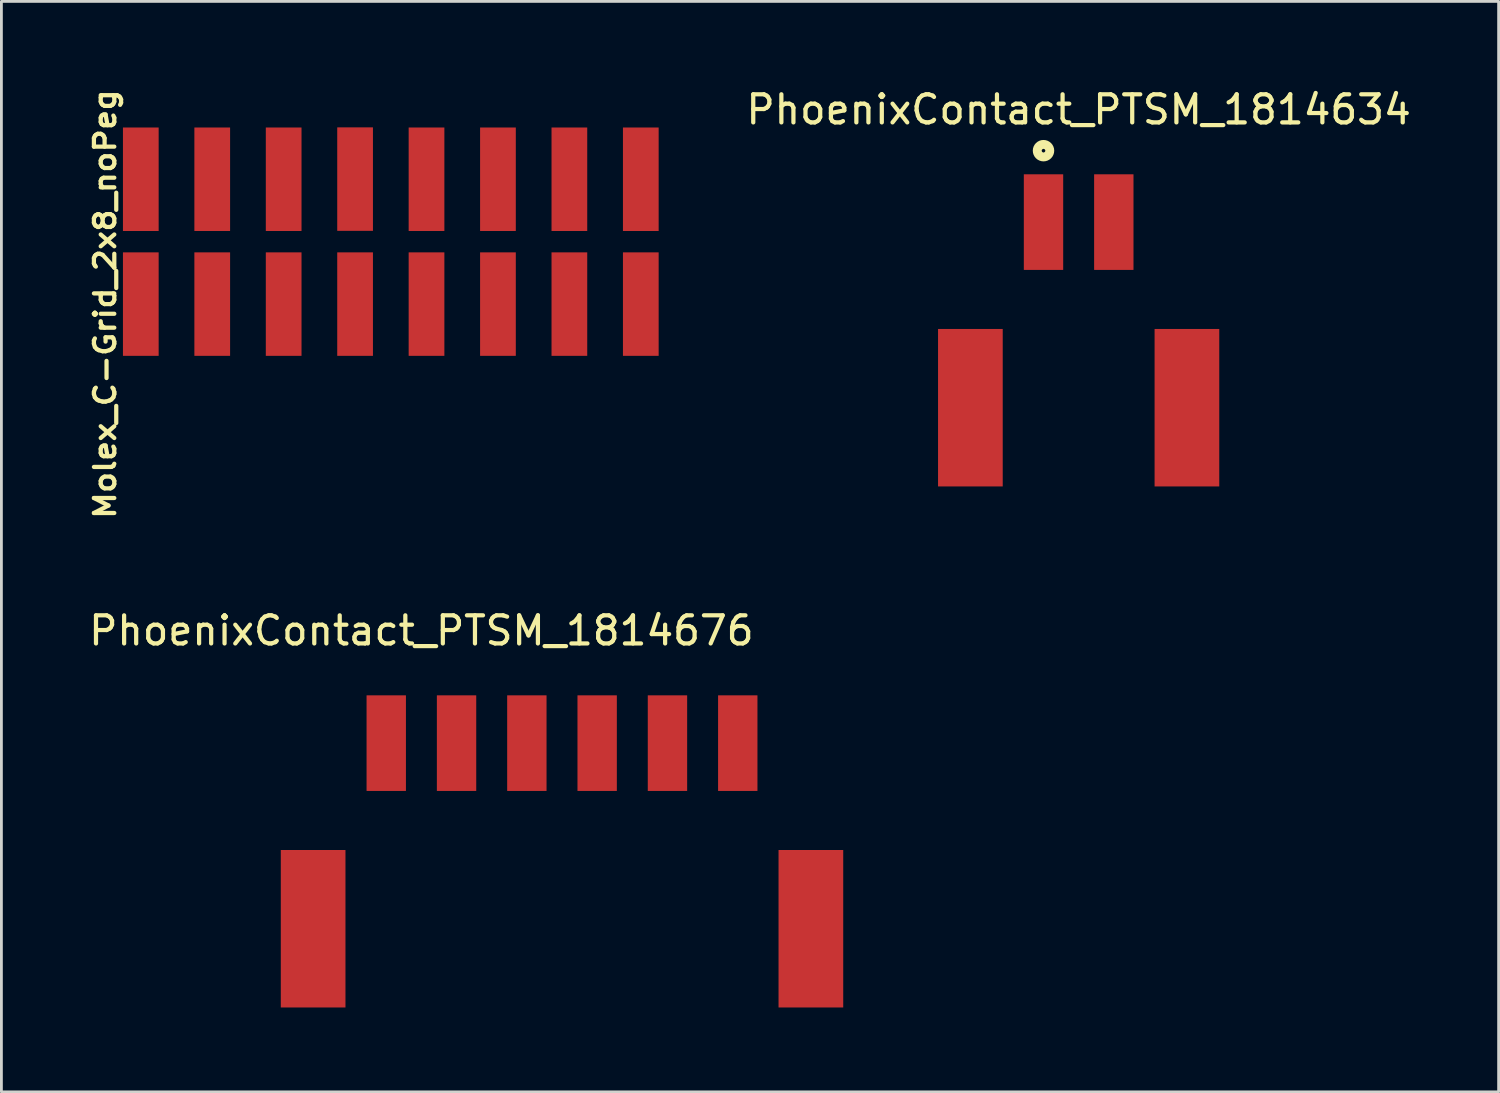
<source format=kicad_pcb>
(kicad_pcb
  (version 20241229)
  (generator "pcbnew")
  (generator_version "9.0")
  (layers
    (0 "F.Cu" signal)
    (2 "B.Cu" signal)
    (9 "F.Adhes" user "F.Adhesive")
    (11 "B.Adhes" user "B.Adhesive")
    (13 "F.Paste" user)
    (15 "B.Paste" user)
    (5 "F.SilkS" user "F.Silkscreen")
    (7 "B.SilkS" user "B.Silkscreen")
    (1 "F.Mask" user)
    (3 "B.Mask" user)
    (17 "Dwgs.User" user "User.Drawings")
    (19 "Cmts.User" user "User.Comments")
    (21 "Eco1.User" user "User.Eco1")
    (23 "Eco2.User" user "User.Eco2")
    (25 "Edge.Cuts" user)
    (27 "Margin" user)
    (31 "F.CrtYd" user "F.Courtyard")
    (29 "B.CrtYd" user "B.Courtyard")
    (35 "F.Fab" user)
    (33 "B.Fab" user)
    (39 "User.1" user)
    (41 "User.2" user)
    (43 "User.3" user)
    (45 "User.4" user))
  (footprint "Molex_C-Grid_2x8_noPeg"
    (layer "F.Cu")
    (at 1.957 7.764)
    (property "Reference" "Molex_C-Grid_2x8_noPeg" (at -1.27 0 90) (layer "F.SilkS") (effects (font (size 0.725 0.8) (thickness 0.15))))
    (attr through_hole)
    (pad "1" smd rect (at 0 0) (size 1.27 3.68) (layers "F.Cu" "F.Mask" "F.Paste"))
    (pad "2" smd rect (at 0 -4.44) (size 1.27 3.68) (layers "F.Cu" "F.Mask" "F.Paste"))
    (pad "3" smd rect (at 2.54 0) (size 1.27 3.68) (layers "F.Cu" "F.Mask" "F.Paste"))
    (pad "4" smd rect (at 2.54 -4.44) (size 1.27 3.68) (layers "F.Cu" "F.Mask" "F.Paste"))
    (pad "5" smd rect (at 5.08 0) (size 1.27 3.68) (layers "F.Cu" "F.Mask" "F.Paste"))
    (pad "6" smd rect (at 5.08 -4.44) (size 1.27 3.68) (layers "F.Cu" "F.Mask" "F.Paste"))
    (pad "7" smd rect (at 7.62 0) (size 1.27 3.68) (layers "F.Cu" "F.Mask" "F.Paste"))
    (pad "8" smd rect (at 7.62 -4.445) (size 1.27 3.68) (layers "F.Cu" "F.Mask" "F.Paste"))
    (pad "9" smd rect (at 10.16 0) (size 1.27 3.68) (layers "F.Cu" "F.Mask" "F.Paste"))
    (pad "10" smd rect (at 10.16 -4.44) (size 1.27 3.68) (layers "F.Cu" "F.Mask" "F.Paste"))
    (pad "11" smd rect (at 12.7 0) (size 1.27 3.68) (layers "F.Cu" "F.Mask" "F.Paste"))
    (pad "12" smd rect (at 12.7 -4.44) (size 1.27 3.68) (layers "F.Cu" "F.Mask" "F.Paste"))
    (pad "13" smd rect (at 15.24 0) (size 1.27 3.68) (layers "F.Cu" "F.Mask" "F.Paste"))
    (pad "14" smd rect (at 15.24 -4.44) (size 1.27 3.68) (layers "F.Cu" "F.Mask" "F.Paste"))
    (pad "15" smd rect (at 17.78 0) (size 1.27 3.68) (layers "F.Cu" "F.Mask" "F.Paste"))
    (pad "16" smd rect (at 17.78 -4.44) (size 1.27 3.68) (layers "F.Cu" "F.Mask" "F.Paste")))
  (footprint "PhoenixContact_PTSM_1814634"
    (layer "F.Cu")
    (at 34.057 4.848)
    (property "Reference" "PhoenixContact_PTSM_1814634" (at 1.25 -4 0) (layer "F.SilkS") (effects (font (size 1 1) (thickness 0.15))))
    (attr through_hole)
    (fp_circle (center 0 -2.54) (end 0.064 -2.54) (stroke (width 0.14) (type solid)) (fill no) (layer "F.SilkS"))
    (fp_circle (center 0 -2.54) (end 0.254 -2.54) (stroke (width 0.254) (type solid)) (fill no) (layer "F.SilkS"))
    (pad "" smd rect (at -2.6 6.6) (size 2.3 5.6) (layers "F.Cu" "F.Mask" "F.Paste"))
    (pad "" smd rect (at 5.1 6.6) (size 2.3 5.6) (layers "F.Cu" "F.Mask" "F.Paste"))
    (pad "1" smd rect (at 0 0) (size 1.4 3.4) (layers "F.Cu" "F.Mask" "F.Paste"))
    (pad "2" smd rect (at 2.5 0) (size 1.4 3.4) (layers "F.Cu" "F.Mask" "F.Paste")))
  (footprint "PhoenixContact_PTSM_1814676"
    (layer "F.Cu")
    (at 10.685 23.376)
    (property "Reference" "PhoenixContact_PTSM_1814676" (at 1.25 -4 0) (layer "F.SilkS") (effects (font (size 1 1) (thickness 0.15))))
    (attr through_hole)
    (pad "" smd rect (at -2.6 6.6) (size 2.3 5.6) (layers "F.Cu" "F.Mask" "F.Paste"))
    (pad "" smd rect (at 15.1 6.6) (size 2.3 5.6) (layers "F.Cu" "F.Mask" "F.Paste"))
    (pad "1" smd rect (at 0 0) (size 1.4 3.4) (layers "F.Cu" "F.Mask" "F.Paste"))
    (pad "2" smd rect (at 2.5 0) (size 1.4 3.4) (layers "F.Cu" "F.Mask" "F.Paste"))
    (pad "3" smd rect (at 5 0) (size 1.4 3.4) (layers "F.Cu" "F.Mask" "F.Paste"))
    (pad "4" smd rect (at 7.5 0) (size 1.4 3.4) (layers "F.Cu" "F.Mask" "F.Paste"))
    (pad "5" smd rect (at 10 0) (size 1.4 3.4) (layers "F.Cu" "F.Mask" "F.Paste"))
    (pad "6" smd rect (at 12.5 0) (size 1.4 3.4) (layers "F.Cu" "F.Mask" "F.Paste")))
  (gr_rect
    (start -3 -3)
    (end 50.241 35.776)
    (stroke (width 0.1) (type default))
    (fill no)
    (layer "Edge.Cuts")))
</source>
